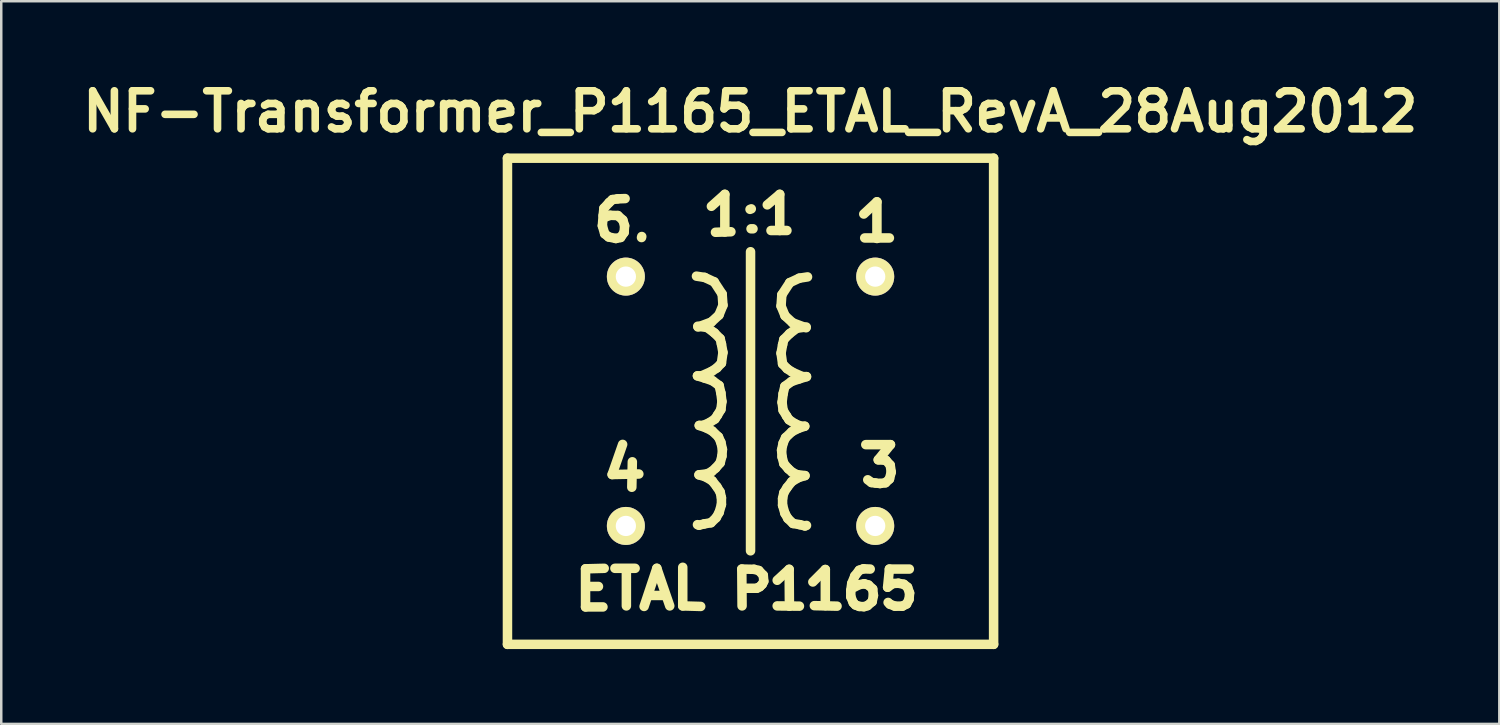
<source format=kicad_pcb>
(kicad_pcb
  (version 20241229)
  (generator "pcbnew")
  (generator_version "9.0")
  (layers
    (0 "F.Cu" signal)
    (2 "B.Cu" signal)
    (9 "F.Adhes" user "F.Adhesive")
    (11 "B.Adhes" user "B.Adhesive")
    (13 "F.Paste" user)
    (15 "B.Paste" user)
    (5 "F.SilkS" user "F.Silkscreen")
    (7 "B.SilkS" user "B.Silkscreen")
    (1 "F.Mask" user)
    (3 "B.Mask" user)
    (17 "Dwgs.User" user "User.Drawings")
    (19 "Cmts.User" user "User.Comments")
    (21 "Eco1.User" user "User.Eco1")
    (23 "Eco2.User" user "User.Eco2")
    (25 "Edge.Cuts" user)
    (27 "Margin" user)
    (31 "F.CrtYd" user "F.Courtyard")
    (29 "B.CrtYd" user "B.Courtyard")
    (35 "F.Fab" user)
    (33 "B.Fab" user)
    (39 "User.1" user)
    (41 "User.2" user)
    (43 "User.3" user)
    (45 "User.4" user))
  (footprint "NF-Transformer_P1165_ETAL_RevA_28Aug2012"
    (layer "F.Cu")
    (at 27.058 13.047)
    (property "Reference" "NF-Transformer_P1165_ETAL_RevA_28Aug2012" (at -0.01 -11.62 0) (layer "F.SilkS") (effects (font (size 1.524 1.524) (thickness 0.305))))
    (attr through_hole)
    (fp_line (start -9.751 -9.751) (end -9.751 9.751) (stroke (width 0.381) (type solid)) (layer "F.SilkS"))
    (fp_line (start -9.751 9.751) (end 9.751 9.751) (stroke (width 0.381) (type solid)) (layer "F.SilkS"))
    (fp_line (start -6.619 6.721) (end -6.619 8.25) (stroke (width 0.381) (type solid)) (layer "F.SilkS"))
    (fp_line (start -6.619 8.25) (end -5.921 8.25) (stroke (width 0.381) (type solid)) (layer "F.SilkS"))
    (fp_line (start -6.551 7.429) (end -6.101 7.429) (stroke (width 0.381) (type solid)) (layer "F.SilkS"))
    (fp_line (start -5.944 -7.041) (end -5.852 -6.721) (stroke (width 0.381) (type solid)) (layer "F.SilkS"))
    (fp_line (start -5.913 -7.45) (end -5.944 -7.041) (stroke (width 0.381) (type solid)) (layer "F.SilkS"))
    (fp_line (start -5.883 -7.739) (end -5.913 -7.45) (stroke (width 0.381) (type solid)) (layer "F.SilkS"))
    (fp_line (start -5.87 6.701) (end -6.619 6.721) (stroke (width 0.381) (type solid)) (layer "F.SilkS"))
    (fp_line (start -5.852 -6.721) (end -5.692 -6.591) (stroke (width 0.381) (type solid)) (layer "F.SilkS"))
    (fp_line (start -5.692 -6.591) (end -5.403 -6.53) (stroke (width 0.381) (type solid)) (layer "F.SilkS"))
    (fp_line (start -5.672 -7.971) (end -5.883 -7.739) (stroke (width 0.381) (type solid)) (layer "F.SilkS"))
    (fp_line (start -5.634 -7.46) (end -5.814 -7.391) (stroke (width 0.381) (type solid)) (layer "F.SilkS"))
    (fp_line (start -5.552 2.939) (end -4.481 2.918) (stroke (width 0.381) (type solid)) (layer "F.SilkS"))
    (fp_line (start -5.542 -8.09) (end -5.672 -7.971) (stroke (width 0.381) (type solid)) (layer "F.SilkS"))
    (fp_line (start -5.441 6.701) (end -4.63 6.701) (stroke (width 0.381) (type solid)) (layer "F.SilkS"))
    (fp_line (start -5.403 -6.53) (end -5.212 -6.571) (stroke (width 0.381) (type solid)) (layer "F.SilkS"))
    (fp_line (start -5.334 -8.12) (end -5.542 -8.09) (stroke (width 0.381) (type solid)) (layer "F.SilkS"))
    (fp_line (start -5.324 -7.45) (end -5.634 -7.46) (stroke (width 0.381) (type solid)) (layer "F.SilkS"))
    (fp_line (start -5.212 -6.571) (end -5.072 -6.772) (stroke (width 0.381) (type solid)) (layer "F.SilkS"))
    (fp_line (start -5.131 1.73) (end -5.552 2.939) (stroke (width 0.381) (type solid)) (layer "F.SilkS"))
    (fp_line (start -5.123 -7.269) (end -5.324 -7.45) (stroke (width 0.381) (type solid)) (layer "F.SilkS"))
    (fp_line (start -5.072 -6.772) (end -5.052 -7.041) (stroke (width 0.381) (type solid)) (layer "F.SilkS"))
    (fp_line (start -5.052 -7.041) (end -5.123 -7.269) (stroke (width 0.381) (type solid)) (layer "F.SilkS"))
    (fp_line (start -5.032 -8.131) (end -5.334 -8.12) (stroke (width 0.381) (type solid)) (layer "F.SilkS"))
    (fp_line (start -4.981 8.209) (end -4.981 6.741) (stroke (width 0.381) (type solid)) (layer "F.SilkS"))
    (fp_line (start -4.742 2.428) (end -4.763 3.449) (stroke (width 0.381) (type solid)) (layer "F.SilkS"))
    (fp_line (start -4.374 -6.568) (end -4.364 -6.609) (stroke (width 0.381) (type solid)) (layer "F.SilkS"))
    (fp_line (start -4.27 8.23) (end -3.759 6.701) (stroke (width 0.381) (type solid)) (layer "F.SilkS"))
    (fp_line (start -4.041 7.79) (end -3.51 7.79) (stroke (width 0.381) (type solid)) (layer "F.SilkS"))
    (fp_line (start -3.759 6.701) (end -3.241 8.209) (stroke (width 0.381) (type solid)) (layer "F.SilkS"))
    (fp_line (start -2.72 6.66) (end -2.72 8.209) (stroke (width 0.381) (type solid)) (layer "F.SilkS"))
    (fp_line (start -2.72 8.209) (end -1.999 8.23) (stroke (width 0.381) (type solid)) (layer "F.SilkS"))
    (fp_line (start -2.169 -5.019) (end -1.839 -4.968) (stroke (width 0.381) (type solid)) (layer "F.SilkS"))
    (fp_line (start -2.129 -1.019) (end -1.839 -0.93) (stroke (width 0.381) (type solid)) (layer "F.SilkS"))
    (fp_line (start -2.118 -3.01) (end -1.737 -2.959) (stroke (width 0.381) (type solid)) (layer "F.SilkS"))
    (fp_line (start -2.068 2.951) (end -1.808 3.03) (stroke (width 0.381) (type solid)) (layer "F.SilkS"))
    (fp_line (start -2.068 4.971) (end -2.129 4.95) (stroke (width 0.381) (type solid)) (layer "F.SilkS"))
    (fp_line (start -2.057 0.97) (end -1.788 1.062) (stroke (width 0.381) (type solid)) (layer "F.SilkS"))
    (fp_line (start -1.968 -1.019) (end -2.129 -1.019) (stroke (width 0.381) (type solid)) (layer "F.SilkS"))
    (fp_line (start -1.908 0.97) (end -2.057 0.97) (stroke (width 0.381) (type solid)) (layer "F.SilkS"))
    (fp_line (start -1.859 4.92) (end -2.068 4.971) (stroke (width 0.381) (type solid)) (layer "F.SilkS"))
    (fp_line (start -1.839 -4.968) (end -1.458 -4.79) (stroke (width 0.381) (type solid)) (layer "F.SilkS"))
    (fp_line (start -1.839 -0.93) (end -1.519 -0.82) (stroke (width 0.381) (type solid)) (layer "F.SilkS"))
    (fp_line (start -1.808 3.03) (end -1.539 3.19) (stroke (width 0.381) (type solid)) (layer "F.SilkS"))
    (fp_line (start -1.788 1.062) (end -1.539 1.191) (stroke (width 0.381) (type solid)) (layer "F.SilkS"))
    (fp_line (start -1.737 -2.959) (end -1.448 -2.741) (stroke (width 0.381) (type solid)) (layer "F.SilkS"))
    (fp_line (start -1.737 2.911) (end -2.068 2.951) (stroke (width 0.381) (type solid)) (layer "F.SilkS"))
    (fp_line (start -1.669 0.871) (end -1.908 0.97) (stroke (width 0.381) (type solid)) (layer "F.SilkS"))
    (fp_line (start -1.587 4.872) (end -1.859 4.92) (stroke (width 0.381) (type solid)) (layer "F.SilkS"))
    (fp_line (start -1.57 -7.821) (end -1.031 -8.301) (stroke (width 0.381) (type solid)) (layer "F.SilkS"))
    (fp_line (start -1.57 -3.18) (end -2.108 -2.979) (stroke (width 0.381) (type solid)) (layer "F.SilkS"))
    (fp_line (start -1.56 -1.199) (end -1.968 -1.019) (stroke (width 0.381) (type solid)) (layer "F.SilkS"))
    (fp_line (start -1.56 2.819) (end -1.737 2.911) (stroke (width 0.381) (type solid)) (layer "F.SilkS"))
    (fp_line (start -1.539 1.191) (end -1.288 1.43) (stroke (width 0.381) (type solid)) (layer "F.SilkS"))
    (fp_line (start -1.539 3.19) (end -1.349 3.432) (stroke (width 0.381) (type solid)) (layer "F.SilkS"))
    (fp_line (start -1.519 -0.82) (end -1.26 -0.63) (stroke (width 0.381) (type solid)) (layer "F.SilkS"))
    (fp_line (start -1.458 -4.79) (end -1.138 -4.3) (stroke (width 0.381) (type solid)) (layer "F.SilkS"))
    (fp_line (start -1.448 -2.741) (end -1.219 -2.51) (stroke (width 0.381) (type solid)) (layer "F.SilkS"))
    (fp_line (start -1.427 0.711) (end -1.669 0.871) (stroke (width 0.381) (type solid)) (layer "F.SilkS"))
    (fp_line (start -1.407 -6.779) (end -0.787 -6.8) (stroke (width 0.381) (type solid)) (layer "F.SilkS"))
    (fp_line (start -1.4 2.68) (end -1.56 2.819) (stroke (width 0.381) (type solid)) (layer "F.SilkS"))
    (fp_line (start -1.379 4.671) (end -1.587 4.872) (stroke (width 0.381) (type solid)) (layer "F.SilkS"))
    (fp_line (start -1.349 -1.339) (end -1.56 -1.199) (stroke (width 0.381) (type solid)) (layer "F.SilkS"))
    (fp_line (start -1.349 3.432) (end -1.219 3.64) (stroke (width 0.381) (type solid)) (layer "F.SilkS"))
    (fp_line (start -1.328 0.561) (end -1.427 0.711) (stroke (width 0.381) (type solid)) (layer "F.SilkS"))
    (fp_line (start -1.288 1.43) (end -1.189 1.651) (stroke (width 0.381) (type solid)) (layer "F.SilkS"))
    (fp_line (start -1.267 -3.459) (end -1.57 -3.18) (stroke (width 0.381) (type solid)) (layer "F.SilkS"))
    (fp_line (start -1.26 -0.63) (end -1.189 -0.33) (stroke (width 0.381) (type solid)) (layer "F.SilkS"))
    (fp_line (start -1.26 4.46) (end -1.379 4.671) (stroke (width 0.381) (type solid)) (layer "F.SilkS"))
    (fp_line (start -1.219 -2.51) (end -1.168 -2.299) (stroke (width 0.381) (type solid)) (layer "F.SilkS"))
    (fp_line (start -1.219 2.471) (end -1.4 2.68) (stroke (width 0.381) (type solid)) (layer "F.SilkS"))
    (fp_line (start -1.219 3.64) (end -1.168 3.871) (stroke (width 0.381) (type solid)) (layer "F.SilkS"))
    (fp_line (start -1.189 -0.33) (end -1.148 0.01) (stroke (width 0.381) (type solid)) (layer "F.SilkS"))
    (fp_line (start -1.189 0.33) (end -1.328 0.561) (stroke (width 0.381) (type solid)) (layer "F.SilkS"))
    (fp_line (start -1.189 1.651) (end -1.128 1.93) (stroke (width 0.381) (type solid)) (layer "F.SilkS"))
    (fp_line (start -1.168 -2.299) (end -1.107 -1.958) (stroke (width 0.381) (type solid)) (layer "F.SilkS"))
    (fp_line (start -1.168 -1.529) (end -1.349 -1.339) (stroke (width 0.381) (type solid)) (layer "F.SilkS"))
    (fp_line (start -1.168 3.871) (end -1.168 4.14) (stroke (width 0.381) (type solid)) (layer "F.SilkS"))
    (fp_line (start -1.168 4.14) (end -1.26 4.46) (stroke (width 0.381) (type solid)) (layer "F.SilkS"))
    (fp_line (start -1.148 0.01) (end -1.189 0.33) (stroke (width 0.381) (type solid)) (layer "F.SilkS"))
    (fp_line (start -1.148 2.2) (end -1.219 2.471) (stroke (width 0.381) (type solid)) (layer "F.SilkS"))
    (fp_line (start -1.138 -4.3) (end -1.107 -3.851) (stroke (width 0.381) (type solid)) (layer "F.SilkS"))
    (fp_line (start -1.128 1.93) (end -1.148 2.2) (stroke (width 0.381) (type solid)) (layer "F.SilkS"))
    (fp_line (start -1.107 -3.851) (end -1.267 -3.459) (stroke (width 0.381) (type solid)) (layer "F.SilkS"))
    (fp_line (start -1.107 -1.958) (end -1.168 -1.529) (stroke (width 0.381) (type solid)) (layer "F.SilkS"))
    (fp_line (start -1.031 -8.301) (end -1.031 -6.789) (stroke (width 0.381) (type solid)) (layer "F.SilkS"))
    (fp_line (start -0.351 6.731) (end 0.14 6.741) (stroke (width 0.381) (type solid)) (layer "F.SilkS"))
    (fp_line (start -0.34 8.209) (end -0.351 6.731) (stroke (width 0.381) (type solid)) (layer "F.SilkS"))
    (fp_line (start 0 -5.999) (end 0 5.999) (stroke (width 0.381) (type solid)) (layer "F.SilkS"))
    (fp_line (start 0.03 -7.719) (end -0.02 -7.699) (stroke (width 0.381) (type solid)) (layer "F.SilkS"))
    (fp_line (start 0.099 -6.919) (end 0.02 -6.919) (stroke (width 0.381) (type solid)) (layer "F.SilkS"))
    (fp_line (start 0.14 6.741) (end 0.33 6.789) (stroke (width 0.381) (type solid)) (layer "F.SilkS"))
    (fp_line (start 0.249 7.501) (end -0.269 7.501) (stroke (width 0.381) (type solid)) (layer "F.SilkS"))
    (fp_line (start 0.33 6.789) (end 0.511 6.98) (stroke (width 0.381) (type solid)) (layer "F.SilkS"))
    (fp_line (start 0.371 7.44) (end 0.249 7.501) (stroke (width 0.381) (type solid)) (layer "F.SilkS"))
    (fp_line (start 0.47 7.341) (end 0.371 7.44) (stroke (width 0.381) (type solid)) (layer "F.SilkS"))
    (fp_line (start 0.511 6.98) (end 0.531 7.221) (stroke (width 0.381) (type solid)) (layer "F.SilkS"))
    (fp_line (start 0.531 7.221) (end 0.47 7.341) (stroke (width 0.381) (type solid)) (layer "F.SilkS"))
    (fp_line (start 0.671 -7.879) (end 1.171 -8.301) (stroke (width 0.381) (type solid)) (layer "F.SilkS"))
    (fp_line (start 0.82 -6.85) (end 1.46 -6.85) (stroke (width 0.381) (type solid)) (layer "F.SilkS"))
    (fp_line (start 1.069 7.181) (end 1.549 6.741) (stroke (width 0.381) (type solid)) (layer "F.SilkS"))
    (fp_line (start 1.069 8.209) (end 1.961 8.219) (stroke (width 0.381) (type solid)) (layer "F.SilkS"))
    (fp_line (start 1.171 -8.301) (end 1.171 -6.85) (stroke (width 0.381) (type solid)) (layer "F.SilkS"))
    (fp_line (start 1.224 -3.82) (end 1.384 -3.429) (stroke (width 0.381) (type solid)) (layer "F.SilkS"))
    (fp_line (start 1.224 -1.928) (end 1.285 -1.499) (stroke (width 0.381) (type solid)) (layer "F.SilkS"))
    (fp_line (start 1.245 1.961) (end 1.265 2.23) (stroke (width 0.381) (type solid)) (layer "F.SilkS"))
    (fp_line (start 1.255 -4.27) (end 1.224 -3.82) (stroke (width 0.381) (type solid)) (layer "F.SilkS"))
    (fp_line (start 1.265 0.041) (end 1.306 0.361) (stroke (width 0.381) (type solid)) (layer "F.SilkS"))
    (fp_line (start 1.265 2.23) (end 1.336 2.502) (stroke (width 0.381) (type solid)) (layer "F.SilkS"))
    (fp_line (start 1.285 -2.268) (end 1.224 -1.928) (stroke (width 0.381) (type solid)) (layer "F.SilkS"))
    (fp_line (start 1.285 -1.499) (end 1.466 -1.308) (stroke (width 0.381) (type solid)) (layer "F.SilkS"))
    (fp_line (start 1.285 3.901) (end 1.285 4.171) (stroke (width 0.381) (type solid)) (layer "F.SilkS"))
    (fp_line (start 1.285 4.171) (end 1.377 4.491) (stroke (width 0.381) (type solid)) (layer "F.SilkS"))
    (fp_line (start 1.306 -0.3) (end 1.265 0.041) (stroke (width 0.381) (type solid)) (layer "F.SilkS"))
    (fp_line (start 1.306 0.361) (end 1.445 0.592) (stroke (width 0.381) (type solid)) (layer "F.SilkS"))
    (fp_line (start 1.306 1.681) (end 1.245 1.961) (stroke (width 0.381) (type solid)) (layer "F.SilkS"))
    (fp_line (start 1.336 -2.479) (end 1.285 -2.268) (stroke (width 0.381) (type solid)) (layer "F.SilkS"))
    (fp_line (start 1.336 2.502) (end 1.516 2.71) (stroke (width 0.381) (type solid)) (layer "F.SilkS"))
    (fp_line (start 1.336 3.67) (end 1.285 3.901) (stroke (width 0.381) (type solid)) (layer "F.SilkS"))
    (fp_line (start 1.377 -0.599) (end 1.306 -0.3) (stroke (width 0.381) (type solid)) (layer "F.SilkS"))
    (fp_line (start 1.377 4.491) (end 1.496 4.702) (stroke (width 0.381) (type solid)) (layer "F.SilkS"))
    (fp_line (start 1.384 -3.429) (end 1.687 -3.15) (stroke (width 0.381) (type solid)) (layer "F.SilkS"))
    (fp_line (start 1.405 1.46) (end 1.306 1.681) (stroke (width 0.381) (type solid)) (layer "F.SilkS"))
    (fp_line (start 1.445 0.592) (end 1.544 0.742) (stroke (width 0.381) (type solid)) (layer "F.SilkS"))
    (fp_line (start 1.466 -1.308) (end 1.676 -1.168) (stroke (width 0.381) (type solid)) (layer "F.SilkS"))
    (fp_line (start 1.466 3.462) (end 1.336 3.67) (stroke (width 0.381) (type solid)) (layer "F.SilkS"))
    (fp_line (start 1.496 4.702) (end 1.704 4.902) (stroke (width 0.381) (type solid)) (layer "F.SilkS"))
    (fp_line (start 1.516 2.71) (end 1.676 2.85) (stroke (width 0.381) (type solid)) (layer "F.SilkS"))
    (fp_line (start 1.544 0.742) (end 1.786 0.902) (stroke (width 0.381) (type solid)) (layer "F.SilkS"))
    (fp_line (start 1.549 6.741) (end 1.56 8.219) (stroke (width 0.381) (type solid)) (layer "F.SilkS"))
    (fp_line (start 1.565 -2.71) (end 1.336 -2.479) (stroke (width 0.381) (type solid)) (layer "F.SilkS"))
    (fp_line (start 1.575 -4.76) (end 1.255 -4.27) (stroke (width 0.381) (type solid)) (layer "F.SilkS"))
    (fp_line (start 1.636 -0.79) (end 1.377 -0.599) (stroke (width 0.381) (type solid)) (layer "F.SilkS"))
    (fp_line (start 1.656 1.222) (end 1.405 1.46) (stroke (width 0.381) (type solid)) (layer "F.SilkS"))
    (fp_line (start 1.656 3.221) (end 1.466 3.462) (stroke (width 0.381) (type solid)) (layer "F.SilkS"))
    (fp_line (start 1.676 -1.168) (end 2.085 -0.988) (stroke (width 0.381) (type solid)) (layer "F.SilkS"))
    (fp_line (start 1.676 2.85) (end 1.854 2.941) (stroke (width 0.381) (type solid)) (layer "F.SilkS"))
    (fp_line (start 1.687 -3.15) (end 2.225 -2.949) (stroke (width 0.381) (type solid)) (layer "F.SilkS"))
    (fp_line (start 1.704 4.902) (end 1.976 4.95) (stroke (width 0.381) (type solid)) (layer "F.SilkS"))
    (fp_line (start 1.786 0.902) (end 2.024 1.001) (stroke (width 0.381) (type solid)) (layer "F.SilkS"))
    (fp_line (start 1.854 -2.929) (end 1.565 -2.71) (stroke (width 0.381) (type solid)) (layer "F.SilkS"))
    (fp_line (start 1.854 2.941) (end 2.184 2.982) (stroke (width 0.381) (type solid)) (layer "F.SilkS"))
    (fp_line (start 1.905 1.092) (end 1.656 1.222) (stroke (width 0.381) (type solid)) (layer "F.SilkS"))
    (fp_line (start 1.925 3.061) (end 1.656 3.221) (stroke (width 0.381) (type solid)) (layer "F.SilkS"))
    (fp_line (start 1.956 -4.938) (end 1.575 -4.76) (stroke (width 0.381) (type solid)) (layer "F.SilkS"))
    (fp_line (start 1.956 -0.899) (end 1.636 -0.79) (stroke (width 0.381) (type solid)) (layer "F.SilkS"))
    (fp_line (start 1.976 4.95) (end 2.184 5.001) (stroke (width 0.381) (type solid)) (layer "F.SilkS"))
    (fp_line (start 2.024 1.001) (end 2.174 1.001) (stroke (width 0.381) (type solid)) (layer "F.SilkS"))
    (fp_line (start 2.085 -0.988) (end 2.245 -0.988) (stroke (width 0.381) (type solid)) (layer "F.SilkS"))
    (fp_line (start 2.174 1.001) (end 1.905 1.092) (stroke (width 0.381) (type solid)) (layer "F.SilkS"))
    (fp_line (start 2.184 2.982) (end 1.925 3.061) (stroke (width 0.381) (type solid)) (layer "F.SilkS"))
    (fp_line (start 2.184 5.001) (end 2.245 4.981) (stroke (width 0.381) (type solid)) (layer "F.SilkS"))
    (fp_line (start 2.235 -2.979) (end 1.854 -2.929) (stroke (width 0.381) (type solid)) (layer "F.SilkS"))
    (fp_line (start 2.245 -0.988) (end 1.956 -0.899) (stroke (width 0.381) (type solid)) (layer "F.SilkS"))
    (fp_line (start 2.286 -4.989) (end 1.956 -4.938) (stroke (width 0.381) (type solid)) (layer "F.SilkS"))
    (fp_line (start 2.499 7.249) (end 3 6.749) (stroke (width 0.381) (type solid)) (layer "F.SilkS"))
    (fp_line (start 2.56 8.199) (end 3.47 8.219) (stroke (width 0.381) (type solid)) (layer "F.SilkS"))
    (fp_line (start 3 6.749) (end 3 8.199) (stroke (width 0.381) (type solid)) (layer "F.SilkS"))
    (fp_line (start 4.021 7.59) (end 4.021 7.841) (stroke (width 0.381) (type solid)) (layer "F.SilkS"))
    (fp_line (start 4.021 7.841) (end 4.12 8.08) (stroke (width 0.381) (type solid)) (layer "F.SilkS"))
    (fp_line (start 4.059 7.31) (end 4.021 7.59) (stroke (width 0.381) (type solid)) (layer "F.SilkS"))
    (fp_line (start 4.12 8.08) (end 4.209 8.171) (stroke (width 0.381) (type solid)) (layer "F.SilkS"))
    (fp_line (start 4.181 7.01) (end 4.059 7.31) (stroke (width 0.381) (type solid)) (layer "F.SilkS"))
    (fp_line (start 4.209 8.171) (end 4.361 8.23) (stroke (width 0.381) (type solid)) (layer "F.SilkS"))
    (fp_line (start 4.341 7.361) (end 4.181 7.45) (stroke (width 0.381) (type solid)) (layer "F.SilkS"))
    (fp_line (start 4.361 6.779) (end 4.181 7.01) (stroke (width 0.381) (type solid)) (layer "F.SilkS"))
    (fp_line (start 4.361 8.23) (end 4.549 8.24) (stroke (width 0.381) (type solid)) (layer "F.SilkS"))
    (fp_line (start 4.529 6.721) (end 4.361 6.779) (stroke (width 0.381) (type solid)) (layer "F.SilkS"))
    (fp_line (start 4.542 -7.511) (end 5.07 -8.001) (stroke (width 0.381) (type solid)) (layer "F.SilkS"))
    (fp_line (start 4.549 8.24) (end 4.689 8.199) (stroke (width 0.381) (type solid)) (layer "F.SilkS"))
    (fp_line (start 4.559 7.32) (end 4.341 7.361) (stroke (width 0.381) (type solid)) (layer "F.SilkS"))
    (fp_line (start 4.58 -6.551) (end 5.57 -6.551) (stroke (width 0.381) (type solid)) (layer "F.SilkS"))
    (fp_line (start 4.623 1.74) (end 5.613 1.74) (stroke (width 0.381) (type solid)) (layer "F.SilkS"))
    (fp_line (start 4.689 8.199) (end 4.879 8.039) (stroke (width 0.381) (type solid)) (layer "F.SilkS"))
    (fp_line (start 4.729 7.371) (end 4.559 7.32) (stroke (width 0.381) (type solid)) (layer "F.SilkS"))
    (fp_line (start 4.801 6.731) (end 4.529 6.721) (stroke (width 0.381) (type solid)) (layer "F.SilkS"))
    (fp_line (start 4.851 3.259) (end 4.702 3.15) (stroke (width 0.381) (type solid)) (layer "F.SilkS"))
    (fp_line (start 4.879 8.039) (end 4.93 7.79) (stroke (width 0.381) (type solid)) (layer "F.SilkS"))
    (fp_line (start 4.9 7.531) (end 4.729 7.371) (stroke (width 0.381) (type solid)) (layer "F.SilkS"))
    (fp_line (start 4.93 7.79) (end 4.9 7.531) (stroke (width 0.381) (type solid)) (layer "F.SilkS"))
    (fp_line (start 5.011 3.279) (end 4.851 3.259) (stroke (width 0.381) (type solid)) (layer "F.SilkS"))
    (fp_line (start 5.07 -8.001) (end 5.07 -6.53) (stroke (width 0.381) (type solid)) (layer "F.SilkS"))
    (fp_line (start 5.123 2.349) (end 5.433 2.37) (stroke (width 0.381) (type solid)) (layer "F.SilkS"))
    (fp_line (start 5.192 3.299) (end 5.011 3.279) (stroke (width 0.381) (type solid)) (layer "F.SilkS"))
    (fp_line (start 5.413 3.269) (end 5.192 3.299) (stroke (width 0.381) (type solid)) (layer "F.SilkS"))
    (fp_line (start 5.433 2.37) (end 5.603 2.56) (stroke (width 0.381) (type solid)) (layer "F.SilkS"))
    (fp_line (start 5.499 7.46) (end 5.71 7.31) (stroke (width 0.381) (type solid)) (layer "F.SilkS"))
    (fp_line (start 5.57 6.731) (end 5.499 7.46) (stroke (width 0.381) (type solid)) (layer "F.SilkS"))
    (fp_line (start 5.573 3.119) (end 5.413 3.269) (stroke (width 0.381) (type solid)) (layer "F.SilkS"))
    (fp_line (start 5.591 8.141) (end 5.519 8.07) (stroke (width 0.381) (type solid)) (layer "F.SilkS"))
    (fp_line (start 5.603 2.56) (end 5.644 2.84) (stroke (width 0.381) (type solid)) (layer "F.SilkS"))
    (fp_line (start 5.613 1.74) (end 5.123 2.349) (stroke (width 0.381) (type solid)) (layer "F.SilkS"))
    (fp_line (start 5.644 2.84) (end 5.573 3.119) (stroke (width 0.381) (type solid)) (layer "F.SilkS"))
    (fp_line (start 5.71 7.31) (end 5.931 7.3) (stroke (width 0.381) (type solid)) (layer "F.SilkS"))
    (fp_line (start 5.791 8.219) (end 5.591 8.141) (stroke (width 0.381) (type solid)) (layer "F.SilkS"))
    (fp_line (start 5.931 7.3) (end 6.149 7.341) (stroke (width 0.381) (type solid)) (layer "F.SilkS"))
    (fp_line (start 6.091 8.219) (end 5.791 8.219) (stroke (width 0.381) (type solid)) (layer "F.SilkS"))
    (fp_line (start 6.149 7.341) (end 6.299 7.46) (stroke (width 0.381) (type solid)) (layer "F.SilkS"))
    (fp_line (start 6.261 8.131) (end 6.091 8.219) (stroke (width 0.381) (type solid)) (layer "F.SilkS"))
    (fp_line (start 6.299 7.46) (end 6.38 7.691) (stroke (width 0.381) (type solid)) (layer "F.SilkS"))
    (fp_line (start 6.36 7.94) (end 6.261 8.131) (stroke (width 0.381) (type solid)) (layer "F.SilkS"))
    (fp_line (start 6.37 6.731) (end 5.57 6.731) (stroke (width 0.381) (type solid)) (layer "F.SilkS"))
    (fp_line (start 6.38 7.691) (end 6.36 7.94) (stroke (width 0.381) (type solid)) (layer "F.SilkS"))
    (fp_line (start 9.751 -9.751) (end -9.751 -9.751) (stroke (width 0.381) (type solid)) (layer "F.SilkS"))
    (fp_line (start 9.751 9.751) (end 9.751 -9.751) (stroke (width 0.381) (type solid)) (layer "F.SilkS"))
    (pad "1" thru_hole circle (at 5.001 -5.001) (size 1.524 1.524) (drill 0.813) (layers "*.Cu" "*.Mask" "F.SilkS"))
    (pad "3" thru_hole circle (at 5.001 5.001) (size 1.524 1.524) (drill 0.813) (layers "*.Cu" "*.Mask" "F.SilkS"))
    (pad "4" thru_hole circle (at -5.001 5.001) (size 1.524 1.524) (drill 0.813) (layers "*.Cu" "*.Mask" "F.SilkS"))
    (pad "6" thru_hole circle (at -5.001 -5.001) (size 1.524 1.524) (drill 0.813) (layers "*.Cu" "*.Mask" "F.SilkS")))
  (gr_rect
    (start -3 -3)
    (end 57.095 25.989)
    (stroke (width 0.1) (type default))
    (fill no)
    (layer "Edge.Cuts")))
</source>
